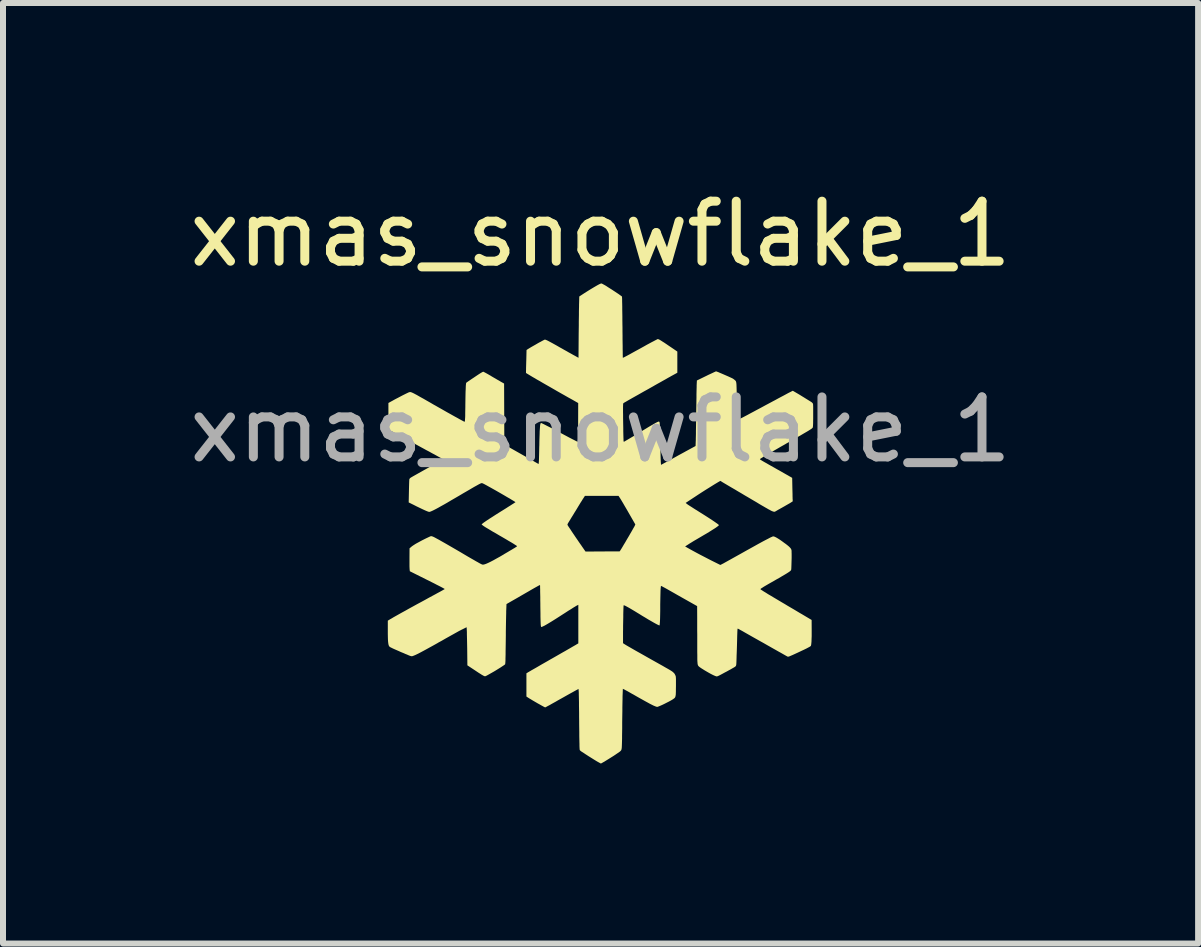
<source format=kicad_pcb>
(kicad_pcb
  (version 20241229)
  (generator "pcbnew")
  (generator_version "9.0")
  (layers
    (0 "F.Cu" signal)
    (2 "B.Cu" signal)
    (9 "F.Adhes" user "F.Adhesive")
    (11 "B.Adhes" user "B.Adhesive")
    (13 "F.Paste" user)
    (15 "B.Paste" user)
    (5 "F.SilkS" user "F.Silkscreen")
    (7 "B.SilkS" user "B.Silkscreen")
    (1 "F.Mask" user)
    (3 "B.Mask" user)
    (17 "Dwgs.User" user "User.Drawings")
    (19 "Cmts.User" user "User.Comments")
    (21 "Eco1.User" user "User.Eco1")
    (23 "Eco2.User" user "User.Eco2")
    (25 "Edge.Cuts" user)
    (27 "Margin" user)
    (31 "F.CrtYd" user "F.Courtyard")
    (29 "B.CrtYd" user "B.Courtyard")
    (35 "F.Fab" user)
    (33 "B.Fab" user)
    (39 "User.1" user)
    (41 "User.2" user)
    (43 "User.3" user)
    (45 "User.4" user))
  (footprint "xmas_snowflake_1"
    (layer "F.Cu")
    (at 6.958 1.61)
    (property "Reference" "xmas_snowflake_1" (at 0 -0.762 0) (unlocked yes) (layer "F.SilkS") (effects (font (size 1 1) (thickness 0.15))))
    (fp_poly (pts (xy 0.022 0.066) (xy 0.036 0.073) (xy 0.054 0.083) (xy 0.069 0.091) (xy 0.093 0.105) (xy 0.12 0.123) (xy 0.15 0.142) (xy 0.182 0.162) (xy 0.214 0.183) (xy 0.246 0.204) (xy 0.276 0.224) (xy 0.303 0.242) (xy 0.325 0.258) (xy 0.343 0.271) (xy 0.354 0.279) (xy 0.358 0.283) (xy 0.358 0.289) (xy 0.359 0.304) (xy 0.36 0.329) (xy 0.36 0.361) (xy 0.361 0.4) (xy 0.362 0.446) (xy 0.362 0.497) (xy 0.363 0.554) (xy 0.364 0.616) (xy 0.364 0.681) (xy 0.365 0.75) (xy 0.366 0.796) (xy 0.366 0.866) (xy 0.367 0.933) (xy 0.367 0.997) (xy 0.368 1.057) (xy 0.369 1.111) (xy 0.369 1.161) (xy 0.37 1.204) (xy 0.37 1.24) (xy 0.371 1.268) (xy 0.371 1.289) (xy 0.372 1.3) (xy 0.372 1.303) (xy 0.375 1.302) (xy 0.382 1.299) (xy 0.393 1.294) (xy 0.41 1.285) (xy 0.433 1.273) (xy 0.461 1.258) (xy 0.496 1.239) (xy 0.537 1.216) (xy 0.586 1.189) (xy 0.643 1.158) (xy 0.708 1.122) (xy 0.728 1.111) (xy 0.77 1.087) (xy 0.811 1.065) (xy 0.848 1.045) (xy 0.881 1.028) (xy 0.909 1.013) (xy 0.931 1.002) (xy 0.946 0.994) (xy 0.953 0.991) (xy 0.953 0.991) (xy 0.958 0.991) (xy 0.966 0.994) (xy 0.976 0.998) (xy 0.991 1.006) (xy 1.009 1.017) (xy 1.032 1.032) (xy 1.061 1.05) (xy 1.095 1.073) (xy 1.136 1.101) (xy 1.185 1.134) (xy 1.219 1.157) (xy 1.28 1.199) (xy 1.28 1.376) (xy 1.28 1.552) (xy 1.181 1.606) (xy 1.155 1.621) (xy 1.122 1.639) (xy 1.084 1.661) (xy 1.041 1.685) (xy 0.995 1.711) (xy 0.948 1.737) (xy 0.902 1.763) (xy 0.88 1.776) (xy 0.832 1.803) (xy 0.781 1.832) (xy 0.728 1.861) (xy 0.677 1.89) (xy 0.628 1.918) (xy 0.583 1.943) (xy 0.544 1.965) (xy 0.535 1.97) (xy 0.5 1.99) (xy 0.468 2.008) (xy 0.439 2.025) (xy 0.415 2.039) (xy 0.397 2.049) (xy 0.386 2.056) (xy 0.383 2.058) (xy 0.381 2.06) (xy 0.379 2.063) (xy 0.378 2.068) (xy 0.377 2.074) (xy 0.376 2.084) (xy 0.376 2.098) (xy 0.375 2.116) (xy 0.375 2.14) (xy 0.375 2.17) (xy 0.375 2.207) (xy 0.376 2.252) (xy 0.376 2.305) (xy 0.377 2.367) (xy 0.377 2.369) (xy 0.378 2.424) (xy 0.379 2.475) (xy 0.379 2.524) (xy 0.38 2.568) (xy 0.381 2.606) (xy 0.382 2.638) (xy 0.383 2.663) (xy 0.383 2.68) (xy 0.384 2.688) (xy 0.388 2.704) (xy 0.455 2.665) (xy 0.475 2.653) (xy 0.502 2.637) (xy 0.534 2.618) (xy 0.571 2.596) (xy 0.611 2.572) (xy 0.652 2.547) (xy 0.693 2.522) (xy 0.697 2.519) (xy 0.755 2.484) (xy 0.804 2.454) (xy 0.847 2.429) (xy 0.882 2.409) (xy 0.911 2.392) (xy 0.934 2.38) (xy 0.951 2.372) (xy 0.964 2.367) (xy 0.972 2.365) (xy 0.974 2.365) (xy 0.981 2.371) (xy 0.986 2.387) (xy 0.986 2.395) (xy 0.987 2.413) (xy 0.988 2.438) (xy 0.989 2.471) (xy 0.99 2.51) (xy 0.992 2.554) (xy 0.993 2.603) (xy 0.994 2.654) (xy 0.995 2.694) (xy 0.996 2.749) (xy 0.997 2.802) (xy 0.999 2.852) (xy 1 2.899) (xy 1.001 2.941) (xy 1.002 2.977) (xy 1.003 3.005) (xy 1.004 3.026) (xy 1.004 3.034) (xy 1.008 3.087) (xy 1.13 3.021) (xy 1.165 3.002) (xy 1.207 2.979) (xy 1.253 2.954) (xy 1.301 2.927) (xy 1.349 2.901) (xy 1.395 2.876) (xy 1.418 2.863) (xy 1.584 2.773) (xy 1.587 2.692) (xy 1.588 2.674) (xy 1.588 2.647) (xy 1.589 2.612) (xy 1.59 2.57) (xy 1.59 2.522) (xy 1.591 2.468) (xy 1.592 2.411) (xy 1.593 2.349) (xy 1.594 2.286) (xy 1.595 2.221) (xy 1.595 2.207) (xy 1.596 2.142) (xy 1.597 2.079) (xy 1.598 2.019) (xy 1.599 1.962) (xy 1.599 1.91) (xy 1.6 1.863) (xy 1.601 1.822) (xy 1.602 1.788) (xy 1.602 1.762) (xy 1.603 1.745) (xy 1.603 1.742) (xy 1.606 1.681) (xy 1.762 1.605) (xy 1.798 1.587) (xy 1.833 1.571) (xy 1.863 1.557) (xy 1.888 1.545) (xy 1.908 1.536) (xy 1.921 1.53) (xy 1.925 1.529) (xy 1.929 1.53) (xy 1.937 1.532) (xy 1.949 1.537) (xy 1.966 1.543) (xy 1.988 1.553) (xy 2.017 1.565) (xy 2.054 1.581) (xy 2.093 1.598) (xy 2.13 1.614) (xy 2.158 1.627) (xy 2.18 1.637) (xy 2.197 1.645) (xy 2.209 1.652) (xy 2.219 1.659) (xy 2.228 1.666) (xy 2.233 1.67) (xy 2.24 1.676) (xy 2.245 1.681) (xy 2.251 1.686) (xy 2.255 1.693) (xy 2.258 1.701) (xy 2.261 1.711) (xy 2.263 1.724) (xy 2.265 1.742) (xy 2.266 1.764) (xy 2.267 1.792) (xy 2.268 1.826) (xy 2.269 1.867) (xy 2.269 1.916) (xy 2.27 1.973) (xy 2.27 2.027) (xy 2.27 2.082) (xy 2.271 2.134) (xy 2.272 2.182) (xy 2.272 2.225) (xy 2.273 2.263) (xy 2.274 2.294) (xy 2.274 2.318) (xy 2.275 2.334) (xy 2.276 2.341) (xy 2.276 2.341) (xy 2.278 2.341) (xy 2.283 2.339) (xy 2.293 2.335) (xy 2.306 2.329) (xy 2.324 2.32) (xy 2.347 2.308) (xy 2.375 2.294) (xy 2.409 2.276) (xy 2.449 2.255) (xy 2.495 2.23) (xy 2.548 2.202) (xy 2.609 2.169) (xy 2.677 2.133) (xy 2.754 2.091) (xy 2.805 2.064) (xy 2.859 2.035) (xy 2.912 2.007) (xy 2.961 1.98) (xy 3.008 1.955) (xy 3.05 1.933) (xy 3.087 1.913) (xy 3.118 1.896) (xy 3.143 1.883) (xy 3.161 1.874) (xy 3.171 1.869) (xy 3.204 1.852) (xy 3.233 1.869) (xy 3.247 1.877) (xy 3.267 1.889) (xy 3.293 1.904) (xy 3.323 1.922) (xy 3.355 1.942) (xy 3.388 1.962) (xy 3.42 1.982) (xy 3.449 2) (xy 3.475 2.016) (xy 3.496 2.029) (xy 3.509 2.037) (xy 3.524 2.048) (xy 3.535 2.06) (xy 3.54 2.068) (xy 3.542 2.076) (xy 3.543 2.095) (xy 3.544 2.122) (xy 3.544 2.157) (xy 3.544 2.2) (xy 3.544 2.25) (xy 3.544 2.269) (xy 3.544 2.318) (xy 3.543 2.358) (xy 3.543 2.39) (xy 3.542 2.415) (xy 3.541 2.434) (xy 3.54 2.448) (xy 3.538 2.458) (xy 3.537 2.465) (xy 3.535 2.469) (xy 3.534 2.469) (xy 3.531 2.473) (xy 3.525 2.478) (xy 3.517 2.485) (xy 3.505 2.493) (xy 3.489 2.503) (xy 3.469 2.516) (xy 3.444 2.531) (xy 3.413 2.549) (xy 3.377 2.57) (xy 3.335 2.595) (xy 3.286 2.623) (xy 3.23 2.655) (xy 3.166 2.692) (xy 3.094 2.733) (xy 3.078 2.743) (xy 3.003 2.785) (xy 2.938 2.823) (xy 2.88 2.856) (xy 2.83 2.885) (xy 2.787 2.91) (xy 2.751 2.932) (xy 2.721 2.949) (xy 2.698 2.964) (xy 2.68 2.975) (xy 2.667 2.983) (xy 2.66 2.989) (xy 2.657 2.992) (xy 2.657 2.992) (xy 2.657 2.994) (xy 2.66 2.997) (xy 2.666 3.002) (xy 2.676 3.008) (xy 2.69 3.017) (xy 2.709 3.028) (xy 2.733 3.042) (xy 2.764 3.059) (xy 2.8 3.08) (xy 2.844 3.105) (xy 2.896 3.134) (xy 2.941 3.16) (xy 2.983 3.183) (xy 3.023 3.206) (xy 3.06 3.227) (xy 3.093 3.246) (xy 3.122 3.262) (xy 3.144 3.275) (xy 3.16 3.284) (xy 3.166 3.287) (xy 3.194 3.304) (xy 3.197 3.463) (xy 3.198 3.504) (xy 3.199 3.543) (xy 3.2 3.579) (xy 3.2 3.611) (xy 3.201 3.637) (xy 3.201 3.654) (xy 3.202 3.658) (xy 3.203 3.695) (xy 3.163 3.721) (xy 3.146 3.731) (xy 3.123 3.744) (xy 3.095 3.76) (xy 3.064 3.778) (xy 3.032 3.796) (xy 3.02 3.803) (xy 2.991 3.819) (xy 2.964 3.834) (xy 2.942 3.847) (xy 2.925 3.857) (xy 2.915 3.863) (xy 2.913 3.864) (xy 2.901 3.869) (xy 2.883 3.867) (xy 2.857 3.858) (xy 2.841 3.85) (xy 2.828 3.843) (xy 2.814 3.835) (xy 2.796 3.826) (xy 2.776 3.814) (xy 2.751 3.8) (xy 2.722 3.783) (xy 2.687 3.763) (xy 2.646 3.739) (xy 2.599 3.71) (xy 2.544 3.678) (xy 2.495 3.649) (xy 2.451 3.623) (xy 2.401 3.594) (xy 2.348 3.562) (xy 2.293 3.53) (xy 2.24 3.498) (xy 2.19 3.469) (xy 2.166 3.455) (xy 1.995 3.354) (xy 1.944 3.385) (xy 1.902 3.41) (xy 1.854 3.44) (xy 1.801 3.473) (xy 1.745 3.508) (xy 1.687 3.545) (xy 1.63 3.582) (xy 1.574 3.619) (xy 1.548 3.636) (xy 1.419 3.721) (xy 1.438 3.737) (xy 1.447 3.744) (xy 1.463 3.755) (xy 1.486 3.77) (xy 1.513 3.787) (xy 1.544 3.807) (xy 1.578 3.829) (xy 1.6 3.842) (xy 1.658 3.879) (xy 1.714 3.914) (xy 1.766 3.947) (xy 1.814 3.978) (xy 1.857 4.006) (xy 1.894 4.031) (xy 1.924 4.052) (xy 1.944 4.066) (xy 1.96 4.078) (xy 1.969 4.086) (xy 1.972 4.091) (xy 1.97 4.096) (xy 1.967 4.1) (xy 1.957 4.108) (xy 1.94 4.121) (xy 1.916 4.138) (xy 1.886 4.157) (xy 1.851 4.179) (xy 1.813 4.203) (xy 1.772 4.228) (xy 1.729 4.253) (xy 1.722 4.257) (xy 1.661 4.293) (xy 1.605 4.326) (xy 1.555 4.355) (xy 1.513 4.381) (xy 1.477 4.403) (xy 1.45 4.421) (xy 1.443 4.425) (xy 1.41 4.447) (xy 1.486 4.49) (xy 1.544 4.522) (xy 1.603 4.554) (xy 1.665 4.587) (xy 1.731 4.621) (xy 1.804 4.659) (xy 1.859 4.687) (xy 1.996 4.755) (xy 2.018 4.745) (xy 2.026 4.74) (xy 2.043 4.732) (xy 2.066 4.719) (xy 2.095 4.703) (xy 2.129 4.684) (xy 2.167 4.663) (xy 2.208 4.64) (xy 2.251 4.616) (xy 2.251 4.616) (xy 2.339 4.567) (xy 2.419 4.522) (xy 2.491 4.482) (xy 2.556 4.446) (xy 2.613 4.414) (xy 2.664 4.386) (xy 2.708 4.362) (xy 2.746 4.342) (xy 2.779 4.325) (xy 2.806 4.311) (xy 2.828 4.299) (xy 2.846 4.291) (xy 2.86 4.285) (xy 2.869 4.281) (xy 2.876 4.279) (xy 2.878 4.279) (xy 2.892 4.281) (xy 2.909 4.288) (xy 2.931 4.299) (xy 2.958 4.315) (xy 2.991 4.336) (xy 3.029 4.363) (xy 3.075 4.397) (xy 3.083 4.402) (xy 3.115 4.427) (xy 3.139 4.447) (xy 3.157 4.465) (xy 3.17 4.48) (xy 3.178 4.494) (xy 3.182 4.508) (xy 3.183 4.511) (xy 3.184 4.524) (xy 3.184 4.544) (xy 3.185 4.571) (xy 3.185 4.603) (xy 3.185 4.637) (xy 3.184 4.673) (xy 3.183 4.709) (xy 3.182 4.744) (xy 3.181 4.775) (xy 3.18 4.802) (xy 3.179 4.823) (xy 3.177 4.836) (xy 3.176 4.84) (xy 3.171 4.847) (xy 3.162 4.856) (xy 3.147 4.868) (xy 3.126 4.882) (xy 3.099 4.899) (xy 3.064 4.92) (xy 3.023 4.944) (xy 2.974 4.973) (xy 2.917 5.005) (xy 2.911 5.009) (xy 2.851 5.043) (xy 2.8 5.072) (xy 2.757 5.097) (xy 2.723 5.117) (xy 2.697 5.134) (xy 2.678 5.146) (xy 2.668 5.154) (xy 2.665 5.158) (xy 2.668 5.162) (xy 2.678 5.17) (xy 2.696 5.181) (xy 2.72 5.197) (xy 2.752 5.216) (xy 2.791 5.241) (xy 2.839 5.269) (xy 2.894 5.302) (xy 2.958 5.34) (xy 3.02 5.377) (xy 3.068 5.405) (xy 3.119 5.436) (xy 3.172 5.467) (xy 3.225 5.498) (xy 3.275 5.528) (xy 3.32 5.555) (xy 3.36 5.578) (xy 3.37 5.584) (xy 3.518 5.672) (xy 3.519 5.829) (xy 3.519 5.889) (xy 3.519 5.942) (xy 3.517 5.99) (xy 3.516 6.03) (xy 3.513 6.063) (xy 3.51 6.087) (xy 3.506 6.102) (xy 3.505 6.104) (xy 3.499 6.11) (xy 3.485 6.119) (xy 3.463 6.131) (xy 3.433 6.147) (xy 3.394 6.166) (xy 3.347 6.188) (xy 3.29 6.215) (xy 3.266 6.226) (xy 3.227 6.244) (xy 3.196 6.258) (xy 3.172 6.268) (xy 3.154 6.276) (xy 3.141 6.281) (xy 3.131 6.283) (xy 3.125 6.284) (xy 3.12 6.283) (xy 3.115 6.282) (xy 3.114 6.281) (xy 3.107 6.277) (xy 3.092 6.269) (xy 3.069 6.256) (xy 3.041 6.24) (xy 3.006 6.22) (xy 2.966 6.198) (xy 2.922 6.173) (xy 2.874 6.146) (xy 2.823 6.117) (xy 2.77 6.087) (xy 2.716 6.056) (xy 2.66 6.025) (xy 2.605 5.994) (xy 2.55 5.963) (xy 2.497 5.933) (xy 2.453 5.908) (xy 2.416 5.887) (xy 2.383 5.868) (xy 2.353 5.851) (xy 2.327 5.837) (xy 2.308 5.826) (xy 2.294 5.819) (xy 2.289 5.816) (xy 2.287 5.816) (xy 2.285 5.819) (xy 2.283 5.825) (xy 2.282 5.836) (xy 2.281 5.853) (xy 2.28 5.877) (xy 2.279 5.909) (xy 2.278 5.932) (xy 2.276 6.017) (xy 2.274 6.091) (xy 2.272 6.157) (xy 2.27 6.214) (xy 2.268 6.263) (xy 2.267 6.305) (xy 2.266 6.339) (xy 2.265 6.366) (xy 2.264 6.388) (xy 2.263 6.403) (xy 2.262 6.414) (xy 2.262 6.418) (xy 2.257 6.436) (xy 2.247 6.448) (xy 2.243 6.451) (xy 2.234 6.457) (xy 2.217 6.467) (xy 2.194 6.48) (xy 2.167 6.496) (xy 2.137 6.512) (xy 2.105 6.53) (xy 2.072 6.547) (xy 2.041 6.564) (xy 2.013 6.579) (xy 1.989 6.592) (xy 1.97 6.601) (xy 1.958 6.607) (xy 1.957 6.607) (xy 1.943 6.612) (xy 1.933 6.612) (xy 1.921 6.609) (xy 1.913 6.606) (xy 1.891 6.597) (xy 1.864 6.584) (xy 1.833 6.568) (xy 1.799 6.549) (xy 1.766 6.53) (xy 1.732 6.51) (xy 1.702 6.491) (xy 1.675 6.474) (xy 1.654 6.459) (xy 1.64 6.448) (xy 1.639 6.447) (xy 1.633 6.441) (xy 1.629 6.436) (xy 1.625 6.429) (xy 1.622 6.421) (xy 1.619 6.411) (xy 1.617 6.398) (xy 1.616 6.381) (xy 1.614 6.359) (xy 1.613 6.331) (xy 1.613 6.298) (xy 1.613 6.257) (xy 1.612 6.208) (xy 1.612 6.151) (xy 1.612 6.104) (xy 1.612 6.043) (xy 1.612 5.98) (xy 1.612 5.915) (xy 1.611 5.851) (xy 1.611 5.789) (xy 1.611 5.731) (xy 1.611 5.679) (xy 1.611 5.636) (xy 1.611 5.627) (xy 1.61 5.441) (xy 1.344 5.291) (xy 1.282 5.256) (xy 1.228 5.225) (xy 1.182 5.199) (xy 1.143 5.177) (xy 1.11 5.158) (xy 1.083 5.143) (xy 1.061 5.131) (xy 1.044 5.122) (xy 1.031 5.115) (xy 1.021 5.11) (xy 1.015 5.107) (xy 1.011 5.105) (xy 1.008 5.105) (xy 1.007 5.105) (xy 1.007 5.105) (xy 1.006 5.112) (xy 1.004 5.127) (xy 1.002 5.151) (xy 1 5.182) (xy 0.999 5.22) (xy 0.998 5.262) (xy 0.997 5.308) (xy 0.996 5.358) (xy 0.995 5.411) (xy 0.995 5.46) (xy 0.995 5.519) (xy 0.994 5.573) (xy 0.993 5.622) (xy 0.992 5.665) (xy 0.99 5.701) (xy 0.988 5.729) (xy 0.986 5.75) (xy 0.984 5.761) (xy 0.983 5.763) (xy 0.977 5.762) (xy 0.963 5.756) (xy 0.942 5.746) (xy 0.914 5.731) (xy 0.88 5.712) (xy 0.84 5.689) (xy 0.795 5.663) (xy 0.746 5.633) (xy 0.692 5.601) (xy 0.636 5.566) (xy 0.627 5.561) (xy 0.572 5.527) (xy 0.525 5.499) (xy 0.486 5.476) (xy 0.454 5.458) (xy 0.428 5.444) (xy 0.409 5.434) (xy 0.396 5.429) (xy 0.388 5.427) (xy 0.385 5.429) (xy 0.384 5.435) (xy 0.383 5.45) (xy 0.382 5.473) (xy 0.381 5.503) (xy 0.38 5.539) (xy 0.379 5.58) (xy 0.379 5.624) (xy 0.378 5.672) (xy 0.377 5.721) (xy 0.376 5.771) (xy 0.376 5.82) (xy 0.375 5.869) (xy 0.375 5.915) (xy 0.375 5.942) (xy 0.375 6.059) (xy 0.396 6.073) (xy 0.409 6.081) (xy 0.43 6.094) (xy 0.459 6.111) (xy 0.496 6.132) (xy 0.541 6.158) (xy 0.593 6.188) (xy 0.652 6.221) (xy 0.718 6.258) (xy 0.79 6.299) (xy 0.868 6.343) (xy 0.952 6.39) (xy 1.041 6.44) (xy 1.077 6.461) (xy 1.118 6.484) (xy 1.151 6.503) (xy 1.177 6.519) (xy 1.198 6.533) (xy 1.213 6.546) (xy 1.225 6.558) (xy 1.235 6.57) (xy 1.242 6.584) (xy 1.246 6.592) (xy 1.249 6.599) (xy 1.252 6.606) (xy 1.254 6.614) (xy 1.255 6.624) (xy 1.256 6.637) (xy 1.257 6.656) (xy 1.257 6.679) (xy 1.257 6.71) (xy 1.257 6.749) (xy 1.257 6.774) (xy 1.256 6.822) (xy 1.256 6.861) (xy 1.255 6.891) (xy 1.254 6.916) (xy 1.251 6.934) (xy 1.248 6.948) (xy 1.244 6.959) (xy 1.239 6.967) (xy 1.233 6.974) (xy 1.224 6.981) (xy 1.224 6.981) (xy 1.209 6.992) (xy 1.188 7.005) (xy 1.162 7.02) (xy 1.132 7.036) (xy 1.1 7.052) (xy 1.067 7.069) (xy 1.036 7.084) (xy 1.007 7.097) (xy 0.981 7.108) (xy 0.961 7.116) (xy 0.948 7.12) (xy 0.944 7.12) (xy 0.935 7.119) (xy 0.922 7.115) (xy 0.905 7.108) (xy 0.883 7.099) (xy 0.857 7.086) (xy 0.825 7.07) (xy 0.787 7.049) (xy 0.743 7.025) (xy 0.691 6.996) (xy 0.632 6.963) (xy 0.588 6.938) (xy 0.552 6.917) (xy 0.517 6.898) (xy 0.484 6.879) (xy 0.456 6.863) (xy 0.432 6.85) (xy 0.415 6.841) (xy 0.411 6.839) (xy 0.372 6.819) (xy 0.369 6.903) (xy 0.368 6.921) (xy 0.367 6.948) (xy 0.367 6.984) (xy 0.366 7.026) (xy 0.365 7.075) (xy 0.364 7.129) (xy 0.364 7.187) (xy 0.363 7.249) (xy 0.362 7.313) (xy 0.361 7.379) (xy 0.361 7.402) (xy 0.361 7.477) (xy 0.36 7.543) (xy 0.359 7.601) (xy 0.359 7.65) (xy 0.358 7.692) (xy 0.357 7.727) (xy 0.356 7.757) (xy 0.355 7.781) (xy 0.354 7.8) (xy 0.352 7.815) (xy 0.35 7.827) (xy 0.347 7.836) (xy 0.344 7.843) (xy 0.34 7.848) (xy 0.336 7.853) (xy 0.331 7.858) (xy 0.325 7.863) (xy 0.324 7.864) (xy 0.314 7.872) (xy 0.297 7.884) (xy 0.274 7.899) (xy 0.248 7.917) (xy 0.218 7.937) (xy 0.186 7.957) (xy 0.154 7.977) (xy 0.122 7.997) (xy 0.091 8.016) (xy 0.064 8.033) (xy 0.04 8.046) (xy 0.022 8.057) (xy 0.009 8.063) (xy 0.005 8.064) (xy 0.000064 8.062) (xy -0.012 8.055) (xy -0.029 8.046) (xy -0.047 8.036) (xy -0.066 8.025) (xy -0.092 8.009) (xy -0.121 7.991) (xy -0.153 7.971) (xy -0.185 7.951) (xy -0.195 7.945) (xy -0.224 7.926) (xy -0.252 7.908) (xy -0.277 7.891) (xy -0.297 7.878) (xy -0.312 7.869) (xy -0.316 7.866) (xy -0.33 7.856) (xy -0.342 7.845) (xy -0.346 7.839) (xy -0.347 7.835) (xy -0.348 7.826) (xy -0.349 7.813) (xy -0.35 7.794) (xy -0.351 7.769) (xy -0.351 7.738) (xy -0.352 7.701) (xy -0.353 7.656) (xy -0.354 7.603) (xy -0.354 7.542) (xy -0.355 7.472) (xy -0.356 7.393) (xy -0.356 7.356) (xy -0.357 7.288) (xy -0.357 7.222) (xy -0.358 7.159) (xy -0.359 7.099) (xy -0.359 7.045) (xy -0.36 6.995) (xy -0.361 6.952) (xy -0.362 6.916) (xy -0.362 6.887) (xy -0.363 6.866) (xy -0.364 6.855) (xy -0.364 6.854) (xy -0.367 6.821) (xy -0.47 6.878) (xy -0.499 6.894) (xy -0.535 6.914) (xy -0.576 6.937) (xy -0.62 6.962) (xy -0.665 6.987) (xy -0.71 7.012) (xy -0.744 7.032) (xy -0.782 7.053) (xy -0.818 7.073) (xy -0.849 7.091) (xy -0.876 7.105) (xy -0.898 7.117) (xy -0.913 7.125) (xy -0.921 7.129) (xy -0.921 7.129) (xy -0.928 7.127) (xy -0.942 7.12) (xy -0.962 7.109) (xy -0.986 7.096) (xy -1.014 7.08) (xy -1.045 7.063) (xy -1.076 7.045) (xy -1.107 7.027) (xy -1.136 7.01) (xy -1.162 6.994) (xy -1.184 6.981) (xy -1.189 6.978) (xy -1.235 6.948) (xy -1.235 6.754) (xy -1.235 6.561) (xy -1.199 6.539) (xy -1.189 6.533) (xy -1.171 6.523) (xy -1.146 6.508) (xy -1.114 6.49) (xy -1.077 6.469) (xy -1.034 6.444) (xy -0.988 6.417) (xy -0.937 6.388) (xy -0.884 6.358) (xy -0.829 6.326) (xy -0.802 6.311) (xy -0.746 6.279) (xy -0.692 6.248) (xy -0.64 6.218) (xy -0.592 6.191) (xy -0.547 6.165) (xy -0.507 6.142) (xy -0.473 6.122) (xy -0.445 6.106) (xy -0.424 6.094) (xy -0.41 6.086) (xy -0.406 6.083) (xy -0.37 6.062) (xy -0.37 5.74) (xy -0.37 5.419) (xy -0.389 5.429) (xy -0.403 5.436) (xy -0.424 5.449) (xy -0.454 5.467) (xy -0.491 5.491) (xy -0.537 5.519) (xy -0.589 5.553) (xy -0.65 5.592) (xy -0.678 5.61) (xy -0.745 5.653) (xy -0.804 5.69) (xy -0.855 5.721) (xy -0.897 5.746) (xy -0.932 5.766) (xy -0.959 5.779) (xy -0.977 5.787) (xy -0.987 5.789) (xy -0.989 5.788) (xy -0.991 5.785) (xy -0.993 5.779) (xy -0.994 5.77) (xy -0.996 5.757) (xy -0.997 5.74) (xy -0.998 5.716) (xy -0.999 5.688) (xy -1 5.652) (xy -1.001 5.609) (xy -1.001 5.559) (xy -1.002 5.5) (xy -1.003 5.432) (xy -1.003 5.398) (xy -1.004 5.343) (xy -1.004 5.292) (xy -1.005 5.244) (xy -1.006 5.201) (xy -1.006 5.164) (xy -1.007 5.134) (xy -1.007 5.11) (xy -1.008 5.095) (xy -1.008 5.089) (xy -1.008 5.089) (xy -1.013 5.091) (xy -1.023 5.096) (xy -1.039 5.104) (xy -1.062 5.117) (xy -1.091 5.133) (xy -1.128 5.154) (xy -1.173 5.18) (xy -1.193 5.192) (xy -1.235 5.216) (xy -1.28 5.242) (xy -1.327 5.269) (xy -1.373 5.296) (xy -1.415 5.32) (xy -1.45 5.34) (xy -1.567 5.407) (xy -1.571 5.504) (xy -1.572 5.525) (xy -1.572 5.555) (xy -1.573 5.592) (xy -1.574 5.637) (xy -1.575 5.687) (xy -1.576 5.743) (xy -1.577 5.802) (xy -1.578 5.865) (xy -1.578 5.929) (xy -1.579 5.995) (xy -1.579 6.003) (xy -1.58 6.076) (xy -1.581 6.14) (xy -1.582 6.195) (xy -1.582 6.242) (xy -1.583 6.281) (xy -1.584 6.314) (xy -1.584 6.34) (xy -1.585 6.362) (xy -1.586 6.378) (xy -1.587 6.391) (xy -1.588 6.4) (xy -1.589 6.406) (xy -1.59 6.41) (xy -1.592 6.413) (xy -1.593 6.414) (xy -1.604 6.422) (xy -1.621 6.434) (xy -1.644 6.449) (xy -1.671 6.467) (xy -1.702 6.486) (xy -1.734 6.506) (xy -1.767 6.526) (xy -1.8 6.545) (xy -1.832 6.563) (xy -1.86 6.579) (xy -1.885 6.593) (xy -1.904 6.603) (xy -1.918 6.609) (xy -1.922 6.61) (xy -1.929 6.61) (xy -1.938 6.607) (xy -1.948 6.603) (xy -1.962 6.595) (xy -1.98 6.585) (xy -2.003 6.57) (xy -2.032 6.552) (xy -2.068 6.528) (xy -2.098 6.508) (xy -2.219 6.428) (xy -2.222 6.147) (xy -2.223 6.094) (xy -2.224 6.043) (xy -2.225 5.994) (xy -2.226 5.95) (xy -2.227 5.911) (xy -2.227 5.878) (xy -2.228 5.853) (xy -2.229 5.836) (xy -2.229 5.83) (xy -2.232 5.793) (xy -2.292 5.823) (xy -2.306 5.83) (xy -2.321 5.837) (xy -2.336 5.845) (xy -2.354 5.854) (xy -2.374 5.865) (xy -2.397 5.878) (xy -2.424 5.893) (xy -2.456 5.911) (xy -2.494 5.932) (xy -2.537 5.956) (xy -2.587 5.984) (xy -2.644 6.017) (xy -2.71 6.053) (xy -2.712 6.055) (xy -2.785 6.096) (xy -2.849 6.131) (xy -2.905 6.162) (xy -2.955 6.189) (xy -2.998 6.212) (xy -3.034 6.231) (xy -3.065 6.246) (xy -3.091 6.258) (xy -3.113 6.267) (xy -3.13 6.273) (xy -3.132 6.274) (xy -3.14 6.276) (xy -3.146 6.276) (xy -3.154 6.276) (xy -3.165 6.273) (xy -3.18 6.268) (xy -3.2 6.26) (xy -3.227 6.248) (xy -3.248 6.24) (xy -3.284 6.224) (xy -3.326 6.207) (xy -3.368 6.188) (xy -3.407 6.171) (xy -3.43 6.161) (xy -3.461 6.147) (xy -3.483 6.136) (xy -3.5 6.128) (xy -3.511 6.121) (xy -3.518 6.115) (xy -3.523 6.109) (xy -3.526 6.103) (xy -3.531 6.091) (xy -3.535 6.075) (xy -3.538 6.054) (xy -3.541 6.027) (xy -3.543 5.994) (xy -3.544 5.954) (xy -3.545 5.905) (xy -3.545 5.848) (xy -3.545 5.843) (xy -3.545 5.684) (xy -3.526 5.672) (xy -3.508 5.661) (xy -3.481 5.646) (xy -3.448 5.626) (xy -3.407 5.603) (xy -3.361 5.577) (xy -3.309 5.548) (xy -3.252 5.517) (xy -3.192 5.483) (xy -3.128 5.448) (xy -3.061 5.411) (xy -2.992 5.374) (xy -2.922 5.336) (xy -2.852 5.297) (xy -2.781 5.259) (xy -2.755 5.245) (xy -2.719 5.225) (xy -2.685 5.207) (xy -2.656 5.191) (xy -2.631 5.177) (xy -2.612 5.166) (xy -2.6 5.159) (xy -2.596 5.156) (xy -2.601 5.153) (xy -2.613 5.146) (xy -2.633 5.135) (xy -2.659 5.121) (xy -2.692 5.104) (xy -2.73 5.085) (xy -2.772 5.063) (xy -2.818 5.04) (xy -2.867 5.015) (xy -2.886 5.006) (xy -3.178 4.86) (xy -3.181 4.833) (xy -3.182 4.822) (xy -3.183 4.802) (xy -3.184 4.775) (xy -3.184 4.742) (xy -3.184 4.704) (xy -3.184 4.664) (xy -3.184 4.642) (xy -3.183 4.478) (xy -3.158 4.457) (xy -3.144 4.445) (xy -3.124 4.431) (xy -3.101 4.416) (xy -3.082 4.404) (xy -3.059 4.391) (xy -3.031 4.376) (xy -3 4.359) (xy -2.968 4.342) (xy -2.936 4.326) (xy -2.906 4.311) (xy -2.878 4.298) (xy -2.855 4.287) (xy -2.837 4.279) (xy -2.828 4.276) (xy -2.823 4.276) (xy -2.817 4.276) (xy -2.811 4.277) (xy -2.802 4.28) (xy -2.791 4.284) (xy -2.778 4.29) (xy -2.762 4.298) (xy -2.742 4.309) (xy -2.718 4.322) (xy -2.69 4.337) (xy -2.657 4.356) (xy -2.618 4.378) (xy -2.574 4.403) (xy -2.524 4.432) (xy -2.467 4.465) (xy -2.403 4.502) (xy -2.331 4.544) (xy -2.252 4.591) (xy -2.208 4.617) (xy -2.156 4.647) (xy -2.112 4.672) (xy -2.076 4.693) (xy -2.045 4.71) (xy -2.021 4.724) (xy -2.002 4.734) (xy -1.987 4.742) (xy -1.976 4.746) (xy -1.968 4.749) (xy -1.962 4.75) (xy -1.96 4.75) (xy -1.943 4.748) (xy -1.923 4.742) (xy -1.897 4.732) (xy -1.866 4.718) (xy -1.829 4.7) (xy -1.785 4.677) (xy -1.735 4.649) (xy -1.677 4.617) (xy -1.612 4.579) (xy -1.6 4.571) (xy -1.552 4.543) (xy -1.512 4.519) (xy -1.479 4.5) (xy -1.453 4.484) (xy -1.432 4.472) (xy -1.417 4.462) (xy -1.406 4.455) (xy -1.398 4.45) (xy -1.394 4.446) (xy -1.392 4.444) (xy -1.392 4.442) (xy -1.392 4.442) (xy -1.396 4.437) (xy -1.408 4.429) (xy -1.427 4.417) (xy -1.453 4.4) (xy -1.488 4.379) (xy -1.531 4.354) (xy -1.581 4.324) (xy -1.641 4.289) (xy -1.69 4.261) (xy -1.747 4.227) (xy -1.797 4.199) (xy -1.838 4.174) (xy -1.873 4.153) (xy -1.902 4.136) (xy -1.925 4.122) (xy -1.943 4.11) (xy -1.956 4.101) (xy -1.965 4.094) (xy -1.969 4.091) (xy -1.979 4.082) (xy -0.551 4.082) (xy -0.55 4.088) (xy -0.549 4.091) (xy -0.544 4.099) (xy -0.535 4.114) (xy -0.521 4.135) (xy -0.503 4.161) (xy -0.483 4.192) (xy -0.461 4.225) (xy -0.437 4.26) (xy -0.413 4.296) (xy -0.388 4.332) (xy -0.365 4.366) (xy -0.343 4.398) (xy -0.323 4.426) (xy -0.311 4.444) (xy -0.25 4.532) (xy 0.034 4.53) (xy 0.318 4.529) (xy 0.328 4.517) (xy 0.332 4.509) (xy 0.342 4.494) (xy 0.355 4.473) (xy 0.371 4.446) (xy 0.389 4.415) (xy 0.41 4.381) (xy 0.431 4.344) (xy 0.453 4.307) (xy 0.475 4.27) (xy 0.496 4.233) (xy 0.516 4.199) (xy 0.533 4.169) (xy 0.548 4.142) (xy 0.56 4.122) (xy 0.568 4.107) (xy 0.57 4.102) (xy 0.58 4.08) (xy 0.467 3.883) (xy 0.443 3.841) (xy 0.419 3.8) (xy 0.396 3.761) (xy 0.376 3.726) (xy 0.358 3.696) (xy 0.343 3.671) (xy 0.332 3.653) (xy 0.327 3.645) (xy 0.3 3.604) (xy 0.02 3.604) (xy -0.26 3.604) (xy -0.279 3.633) (xy -0.286 3.644) (xy -0.298 3.662) (xy -0.313 3.687) (xy -0.332 3.716) (xy -0.352 3.749) (xy -0.374 3.785) (xy -0.39 3.812) (xy -0.413 3.85) (xy -0.437 3.888) (xy -0.459 3.925) (xy -0.48 3.958) (xy -0.498 3.988) (xy -0.512 4.011) (xy -0.518 4.021) (xy -0.533 4.045) (xy -0.543 4.062) (xy -0.549 4.074) (xy -0.551 4.082) (xy -1.979 4.082) (xy -1.982 4.079) (xy -1.965 4.064) (xy -1.95 4.052) (xy -1.927 4.036) (xy -1.895 4.014) (xy -1.856 3.988) (xy -1.807 3.957) (xy -1.75 3.92) (xy -1.685 3.879) (xy -1.614 3.835) (xy -1.574 3.81) (xy -1.537 3.786) (xy -1.503 3.765) (xy -1.474 3.746) (xy -1.45 3.731) (xy -1.432 3.719) (xy -1.421 3.712) (xy -1.418 3.709) (xy -1.421 3.706) (xy -1.433 3.698) (xy -1.452 3.686) (xy -1.479 3.67) (xy -1.511 3.65) (xy -1.55 3.628) (xy -1.594 3.602) (xy -1.642 3.574) (xy -1.694 3.544) (xy -1.75 3.512) (xy -1.809 3.479) (xy -1.823 3.471) (xy -1.863 3.449) (xy -1.895 3.431) (xy -1.921 3.417) (xy -1.941 3.406) (xy -1.956 3.399) (xy -1.967 3.394) (xy -1.975 3.392) (xy -1.982 3.392) (xy -1.987 3.393) (xy -1.991 3.394) (xy -1.999 3.397) (xy -2.011 3.403) (xy -2.027 3.411) (xy -2.047 3.422) (xy -2.072 3.436) (xy -2.103 3.453) (xy -2.139 3.474) (xy -2.183 3.5) (xy -2.233 3.529) (xy -2.292 3.563) (xy -2.342 3.593) (xy -2.421 3.639) (xy -2.492 3.68) (xy -2.554 3.717) (xy -2.61 3.749) (xy -2.659 3.776) (xy -2.701 3.8) (xy -2.738 3.82) (xy -2.769 3.836) (xy -2.795 3.849) (xy -2.817 3.859) (xy -2.834 3.866) (xy -2.848 3.87) (xy -2.851 3.871) (xy -2.86 3.87) (xy -2.875 3.866) (xy -2.898 3.857) (xy -2.928 3.844) (xy -2.965 3.827) (xy -3.011 3.805) (xy -3.065 3.779) (xy -3.112 3.755) (xy -3.197 3.713) (xy -3.193 3.527) (xy -3.192 3.484) (xy -3.191 3.444) (xy -3.19 3.408) (xy -3.189 3.377) (xy -3.188 3.352) (xy -3.187 3.335) (xy -3.186 3.326) (xy -3.186 3.326) (xy -3.181 3.317) (xy -3.172 3.307) (xy -3.156 3.296) (xy -3.145 3.29) (xy -3.127 3.279) (xy -3.1 3.264) (xy -3.068 3.246) (xy -3.029 3.224) (xy -2.986 3.2) (xy -2.94 3.174) (xy -2.891 3.147) (xy -2.841 3.119) (xy -2.791 3.091) (xy -2.747 3.066) (xy -2.715 3.048) (xy -2.686 3.032) (xy -2.661 3.017) (xy -2.642 3.006) (xy -2.629 2.998) (xy -2.624 2.993) (xy -2.624 2.993) (xy -2.629 2.99) (xy -2.642 2.983) (xy -2.662 2.972) (xy -2.69 2.957) (xy -2.723 2.939) (xy -2.762 2.917) (xy -2.806 2.894) (xy -2.854 2.867) (xy -2.906 2.84) (xy -2.96 2.81) (xy -2.99 2.794) (xy -3.048 2.762) (xy -3.106 2.731) (xy -3.162 2.701) (xy -3.216 2.672) (xy -3.267 2.644) (xy -3.313 2.619) (xy -3.355 2.596) (xy -3.39 2.577) (xy -3.419 2.561) (xy -3.44 2.55) (xy -3.444 2.548) (xy -3.535 2.497) (xy -3.535 2.277) (xy -3.535 2.056) (xy -3.494 2.033) (xy -3.468 2.019) (xy -3.438 2.002) (xy -3.406 1.985) (xy -3.371 1.967) (xy -3.337 1.949) (xy -3.303 1.931) (xy -3.271 1.915) (xy -3.243 1.901) (xy -3.22 1.89) (xy -3.203 1.882) (xy -3.194 1.878) (xy -3.193 1.878) (xy -3.187 1.876) (xy -3.182 1.875) (xy -3.176 1.874) (xy -3.17 1.874) (xy -3.162 1.875) (xy -3.153 1.878) (xy -3.142 1.882) (xy -3.127 1.889) (xy -3.11 1.897) (xy -3.088 1.909) (xy -3.061 1.923) (xy -3.03 1.941) (xy -2.993 1.962) (xy -2.949 1.986) (xy -2.899 2.015) (xy -2.841 2.048) (xy -2.776 2.086) (xy -2.752 2.099) (xy -2.705 2.126) (xy -2.657 2.153) (xy -2.608 2.181) (xy -2.559 2.209) (xy -2.512 2.235) (xy -2.466 2.261) (xy -2.423 2.285) (xy -2.384 2.306) (xy -2.349 2.326) (xy -2.319 2.342) (xy -2.295 2.355) (xy -2.278 2.364) (xy -2.268 2.368) (xy -2.266 2.369) (xy -2.264 2.368) (xy -2.262 2.363) (xy -2.26 2.354) (xy -2.259 2.341) (xy -2.258 2.322) (xy -2.256 2.297) (xy -2.255 2.265) (xy -2.255 2.225) (xy -2.254 2.177) (xy -2.253 2.12) (xy -2.253 2.099) (xy -2.252 2.027) (xy -2.251 1.964) (xy -2.25 1.91) (xy -2.249 1.864) (xy -2.247 1.826) (xy -2.246 1.795) (xy -2.245 1.769) (xy -2.243 1.75) (xy -2.242 1.736) (xy -2.24 1.726) (xy -2.237 1.72) (xy -2.236 1.717) (xy -2.23 1.713) (xy -2.216 1.703) (xy -2.197 1.69) (xy -2.172 1.673) (xy -2.144 1.654) (xy -2.112 1.633) (xy -2.096 1.622) (xy -2.056 1.595) (xy -2.024 1.574) (xy -1.999 1.558) (xy -1.98 1.547) (xy -1.966 1.539) (xy -1.957 1.536) (xy -1.953 1.535) (xy -1.946 1.538) (xy -1.931 1.546) (xy -1.91 1.557) (xy -1.885 1.571) (xy -1.855 1.588) (xy -1.824 1.606) (xy -1.822 1.608) (xy -1.788 1.628) (xy -1.753 1.648) (xy -1.721 1.667) (xy -1.692 1.683) (xy -1.669 1.697) (xy -1.655 1.705) (xy -1.607 1.732) (xy -1.605 2.241) (xy -1.603 2.749) (xy -1.317 2.911) (xy -1.032 3.073) (xy -1.029 3.05) (xy -1.028 3.04) (xy -1.027 3.022) (xy -1.026 2.996) (xy -1.025 2.962) (xy -1.024 2.923) (xy -1.023 2.88) (xy -1.022 2.832) (xy -1.021 2.782) (xy -1.02 2.767) (xy -1.019 2.693) (xy -1.017 2.629) (xy -1.015 2.573) (xy -1.014 2.526) (xy -1.011 2.487) (xy -1.009 2.456) (xy -1.007 2.431) (xy -1.004 2.412) (xy -1 2.4) (xy -0.997 2.392) (xy -0.993 2.389) (xy -0.992 2.389) (xy -0.985 2.391) (xy -0.97 2.398) (xy -0.949 2.408) (xy -0.921 2.422) (xy -0.888 2.439) (xy -0.85 2.458) (xy -0.809 2.479) (xy -0.765 2.502) (xy -0.72 2.526) (xy -0.673 2.551) (xy -0.641 2.568) (xy -0.604 2.588) (xy -0.566 2.608) (xy -0.529 2.628) (xy -0.496 2.645) (xy -0.467 2.66) (xy -0.445 2.671) (xy -0.445 2.671) (xy -0.381 2.704) (xy -0.377 2.675) (xy -0.376 2.665) (xy -0.375 2.646) (xy -0.375 2.619) (xy -0.374 2.584) (xy -0.374 2.544) (xy -0.373 2.499) (xy -0.373 2.449) (xy -0.373 2.397) (xy -0.373 2.352) (xy -0.372 2.057) (xy -0.477 1.997) (xy -0.539 1.963) (xy -0.602 1.927) (xy -0.666 1.891) (xy -0.729 1.855) (xy -0.791 1.819) (xy -0.852 1.784) (xy -0.91 1.751) (xy -0.964 1.72) (xy -1.013 1.691) (xy -1.058 1.666) (xy -1.096 1.643) (xy -1.128 1.625) (xy -1.151 1.611) (xy -1.153 1.61) (xy -1.242 1.556) (xy -1.242 1.531) (xy -1.242 1.52) (xy -1.241 1.501) (xy -1.241 1.474) (xy -1.24 1.441) (xy -1.239 1.404) (xy -1.238 1.365) (xy -1.237 1.34) (xy -1.233 1.173) (xy -1.215 1.161) (xy -1.198 1.15) (xy -1.175 1.136) (xy -1.148 1.12) (xy -1.118 1.103) (xy -1.086 1.085) (xy -1.054 1.066) (xy -1.024 1.049) (xy -0.995 1.034) (xy -0.97 1.02) (xy -0.951 1.01) (xy -0.937 1.003) (xy -0.932 1.001) (xy -0.927 1) (xy -0.922 1.001) (xy -0.915 1.002) (xy -0.906 1.006) (xy -0.894 1.011) (xy -0.879 1.018) (xy -0.86 1.028) (xy -0.836 1.041) (xy -0.806 1.057) (xy -0.77 1.077) (xy -0.727 1.101) (xy -0.677 1.13) (xy -0.642 1.149) (xy -0.604 1.171) (xy -0.566 1.192) (xy -0.528 1.214) (xy -0.493 1.233) (xy -0.463 1.25) (xy -0.439 1.263) (xy -0.435 1.265) (xy -0.367 1.303) (xy -0.364 0.897) (xy -0.363 0.831) (xy -0.362 0.766) (xy -0.362 0.702) (xy -0.361 0.641) (xy -0.36 0.584) (xy -0.36 0.531) (xy -0.359 0.485) (xy -0.358 0.445) (xy -0.358 0.412) (xy -0.357 0.389) (xy -0.357 0.386) (xy -0.354 0.281) (xy -0.267 0.224) (xy -0.213 0.19) (xy -0.163 0.159) (xy -0.118 0.132) (xy -0.079 0.109) (xy -0.046 0.09) (xy -0.019 0.076) (xy 0.001 0.067) (xy 0.013 0.064) (xy 0.014 0.064)) (stroke (width 0) (type solid)) (fill yes) (layer "F.SilkS"))
    (fp_text user "${REFERENCE}" (at 0 2.5 0) (unlocked yes) (layer "F.Fab") (effects (font (size 1 1) (thickness 0.15)))))
  (gr_rect
    (start -3 -3)
    (end 16.917 12.674)
    (stroke (width 0.1) (type default))
    (fill no)
    (layer "Edge.Cuts")))
</source>
